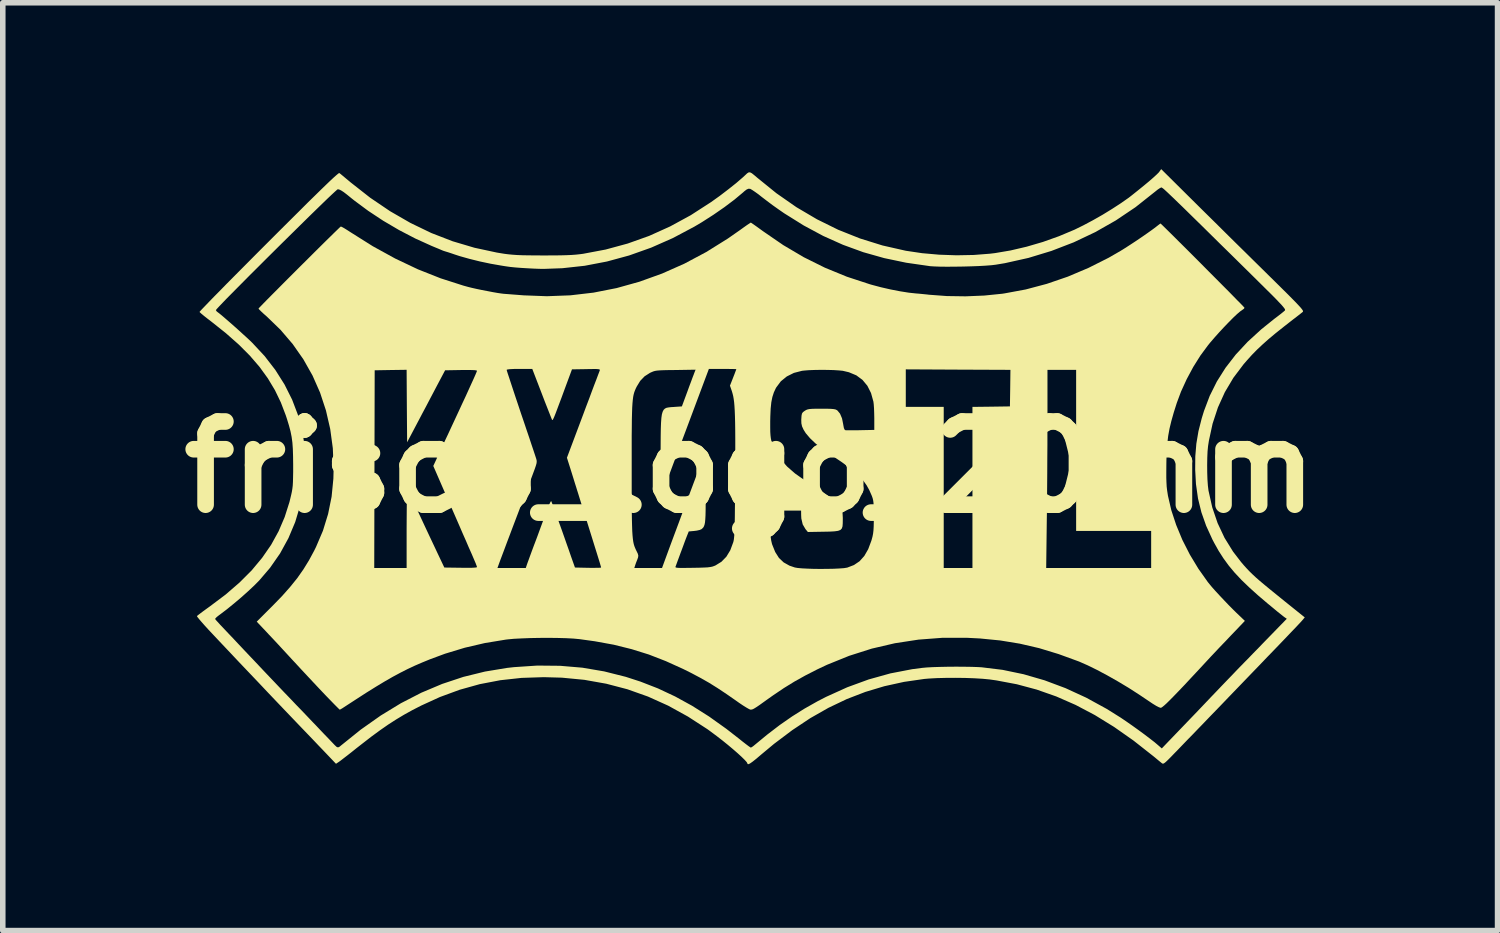
<source format=kicad_pcb>
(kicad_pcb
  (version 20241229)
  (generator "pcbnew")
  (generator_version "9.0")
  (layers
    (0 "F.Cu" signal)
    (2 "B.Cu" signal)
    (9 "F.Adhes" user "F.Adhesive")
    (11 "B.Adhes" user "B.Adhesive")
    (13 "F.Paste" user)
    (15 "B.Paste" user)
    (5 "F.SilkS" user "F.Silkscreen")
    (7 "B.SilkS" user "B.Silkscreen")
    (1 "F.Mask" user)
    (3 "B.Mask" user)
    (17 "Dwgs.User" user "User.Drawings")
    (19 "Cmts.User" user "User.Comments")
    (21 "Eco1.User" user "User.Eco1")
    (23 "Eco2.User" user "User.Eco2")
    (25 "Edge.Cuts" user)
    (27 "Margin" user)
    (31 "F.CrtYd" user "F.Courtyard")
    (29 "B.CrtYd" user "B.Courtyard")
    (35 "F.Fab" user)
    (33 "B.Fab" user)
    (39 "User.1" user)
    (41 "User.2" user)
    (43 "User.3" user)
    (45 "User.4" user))
  (footprint "frisco_logo_20mm"
    (layer "F.Cu")
    (at 10.479 5.373)
    (property "Reference" "frisco_logo_20mm" (at 0 0 0) (layer "F.SilkS") (effects (font (size 1.5 1.5) (thickness 0.3))))
    (attr board_only exclude_from_pos_files exclude_from_bom)
    (fp_poly (pts (xy 7.911 -4.878) (xy 8.016 -4.774) (xy 8.14 -4.651) (xy 8.281 -4.512) (xy 8.433 -4.362) (xy 8.593 -4.203) (xy 8.757 -4.041) (xy 8.921 -3.88) (xy 9.081 -3.722) (xy 9.202 -3.603) (xy 9.359 -3.448) (xy 9.493 -3.316) (xy 9.607 -3.203) (xy 9.702 -3.109) (xy 9.779 -3.031) (xy 9.841 -2.968) (xy 9.888 -2.918) (xy 9.923 -2.88) (xy 9.947 -2.851) (xy 9.962 -2.83) (xy 9.969 -2.816) (xy 9.969 -2.806) (xy 9.966 -2.799) (xy 9.959 -2.793) (xy 9.93 -2.77) (xy 9.883 -2.733) (xy 9.825 -2.688) (xy 9.793 -2.664) (xy 9.623 -2.531) (xy 9.476 -2.414) (xy 9.349 -2.308) (xy 9.239 -2.21) (xy 9.14 -2.117) (xy 9.049 -2.024) (xy 8.963 -1.929) (xy 8.898 -1.854) (xy 8.714 -1.61) (xy 8.56 -1.351) (xy 8.435 -1.075) (xy 8.339 -0.783) (xy 8.272 -0.474) (xy 8.257 -0.377) (xy 8.248 -0.283) (xy 8.243 -0.167) (xy 8.241 -0.038) (xy 8.242 0.095) (xy 8.246 0.222) (xy 8.254 0.335) (xy 8.265 0.425) (xy 8.266 0.429) (xy 8.333 0.728) (xy 8.429 1.01) (xy 8.554 1.276) (xy 8.708 1.525) (xy 8.852 1.712) (xy 8.902 1.771) (xy 8.951 1.825) (xy 9.001 1.878) (xy 9.055 1.931) (xy 9.116 1.988) (xy 9.188 2.051) (xy 9.274 2.123) (xy 9.376 2.207) (xy 9.498 2.306) (xy 9.642 2.423) (xy 9.656 2.434) (xy 10.001 2.711) (xy 9.958 2.762) (xy 9.936 2.787) (xy 9.894 2.832) (xy 9.835 2.895) (xy 9.762 2.971) (xy 9.679 3.058) (xy 9.589 3.152) (xy 9.545 3.198) (xy 9.44 3.307) (xy 9.318 3.433) (xy 9.186 3.571) (xy 9.049 3.713) (xy 8.915 3.852) (xy 8.788 3.984) (xy 8.733 4.041) (xy 8.623 4.155) (xy 8.511 4.272) (xy 8.401 4.386) (xy 8.297 4.493) (xy 8.205 4.589) (xy 8.128 4.669) (xy 8.081 4.717) (xy 7.992 4.81) (xy 7.89 4.914) (xy 7.787 5.021) (xy 7.693 5.119) (xy 7.662 5.15) (xy 7.588 5.227) (xy 7.533 5.282) (xy 7.494 5.319) (xy 7.467 5.34) (xy 7.448 5.349) (xy 7.434 5.347) (xy 7.422 5.339) (xy 7.395 5.317) (xy 7.35 5.28) (xy 7.295 5.234) (xy 7.264 5.209) (xy 6.912 4.932) (xy 6.563 4.687) (xy 6.216 4.473) (xy 5.869 4.29) (xy 5.52 4.137) (xy 5.167 4.013) (xy 4.809 3.917) (xy 4.443 3.848) (xy 4.317 3.83) (xy 4.191 3.818) (xy 4.041 3.809) (xy 3.875 3.803) (xy 3.701 3.801) (xy 3.529 3.802) (xy 3.366 3.806) (xy 3.222 3.814) (xy 3.14 3.821) (xy 2.774 3.874) (xy 2.42 3.952) (xy 2.077 4.055) (xy 1.742 4.184) (xy 1.411 4.342) (xy 1.084 4.528) (xy 0.758 4.745) (xy 0.43 4.992) (xy 0.197 5.186) (xy 0.109 5.261) (xy 0.042 5.314) (xy -0.004 5.346) (xy -0.034 5.359) (xy -0.048 5.355) (xy -0.05 5.345) (xy -0.063 5.321) (xy -0.099 5.281) (xy -0.155 5.226) (xy -0.226 5.161) (xy -0.311 5.087) (xy -0.404 5.009) (xy -0.503 4.929) (xy -0.604 4.851) (xy -0.703 4.777) (xy -0.77 4.728) (xy -1.122 4.5) (xy -1.479 4.303) (xy -1.843 4.139) (xy -2.215 4.007) (xy -2.597 3.907) (xy -2.991 3.837) (xy -3.396 3.798) (xy -3.724 3.789) (xy -4.123 3.802) (xy -4.506 3.844) (xy -4.877 3.915) (xy -5.239 4.016) (xy -5.595 4.147) (xy -5.93 4.3) (xy -6.092 4.383) (xy -6.242 4.466) (xy -6.385 4.552) (xy -6.528 4.644) (xy -6.676 4.747) (xy -6.834 4.863) (xy -7.008 4.998) (xy -7.099 5.069) (xy -7.184 5.137) (xy -7.263 5.199) (xy -7.332 5.252) (xy -7.385 5.293) (xy -7.418 5.317) (xy -7.423 5.32) (xy -7.47 5.351) (xy -7.644 5.168) (xy -7.705 5.104) (xy -7.784 5.022) (xy -7.874 4.927) (xy -7.971 4.826) (xy -8.07 4.723) (xy -8.139 4.651) (xy -8.25 4.535) (xy -8.381 4.398) (xy -8.528 4.244) (xy -8.688 4.076) (xy -8.857 3.897) (xy -9.033 3.712) (xy -9.212 3.524) (xy -9.39 3.335) (xy -9.564 3.151) (xy -9.69 3.017) (xy -9.77 2.932) (xy -9.841 2.854) (xy -9.899 2.788) (xy -9.94 2.74) (xy -9.649 2.74) (xy -9.636 2.758) (xy -9.605 2.792) (xy -9.564 2.837) (xy -9.56 2.842) (xy -9.529 2.874) (xy -9.479 2.927) (xy -9.412 2.998) (xy -9.331 3.083) (xy -9.24 3.18) (xy -9.141 3.285) (xy -9.038 3.394) (xy -9.018 3.415) (xy -8.907 3.532) (xy -8.795 3.651) (xy -8.684 3.768) (xy -8.58 3.877) (xy -8.487 3.975) (xy -8.409 4.057) (xy -8.351 4.117) (xy -8.277 4.194) (xy -8.187 4.289) (xy -8.086 4.393) (xy -7.983 4.501) (xy -7.883 4.606) (xy -7.84 4.65) (xy -7.757 4.738) (xy -7.679 4.82) (xy -7.609 4.892) (xy -7.553 4.951) (xy -7.513 4.993) (xy -7.494 5.013) (xy -7.459 5.046) (xy -7.433 5.056) (xy -7.405 5.043) (xy -7.38 5.022) (xy -7.023 4.735) (xy -6.663 4.481) (xy -6.299 4.259) (xy -5.93 4.069) (xy -5.555 3.911) (xy -5.173 3.784) (xy -4.783 3.688) (xy -4.384 3.622) (xy -4.258 3.608) (xy -3.838 3.58) (xy -3.428 3.584) (xy -3.027 3.618) (xy -2.633 3.685) (xy -2.244 3.783) (xy -1.979 3.869) (xy -1.663 3.992) (xy -1.354 4.137) (xy -1.048 4.305) (xy -0.741 4.499) (xy -0.43 4.721) (xy -0.205 4.896) (xy -0.135 4.952) (xy -0.073 5) (xy -0.025 5.036) (xy 0.005 5.056) (xy 0.012 5.059) (xy 0.032 5.049) (xy 0.065 5.025) (xy 0.068 5.022) (xy 0.307 4.825) (xy 0.533 4.652) (xy 0.756 4.497) (xy 0.98 4.356) (xy 1.214 4.224) (xy 1.369 4.144) (xy 1.751 3.971) (xy 2.137 3.83) (xy 2.528 3.721) (xy 2.922 3.645) (xy 3.098 3.622) (xy 3.184 3.614) (xy 3.297 3.608) (xy 3.428 3.604) (xy 3.571 3.601) (xy 3.717 3.6) (xy 3.86 3.601) (xy 3.993 3.603) (xy 4.108 3.607) (xy 4.175 3.611) (xy 4.551 3.657) (xy 4.93 3.736) (xy 5.309 3.846) (xy 5.686 3.987) (xy 6.06 4.159) (xy 6.429 4.361) (xy 6.68 4.518) (xy 6.779 4.585) (xy 6.888 4.661) (xy 7.001 4.742) (xy 7.11 4.822) (xy 7.21 4.898) (xy 7.295 4.964) (xy 7.356 5.016) (xy 7.423 5.074) (xy 7.529 4.963) (xy 7.586 4.904) (xy 7.656 4.831) (xy 7.729 4.755) (xy 7.781 4.701) (xy 7.83 4.65) (xy 7.897 4.58) (xy 7.979 4.495) (xy 8.071 4.399) (xy 8.169 4.296) (xy 8.268 4.192) (xy 8.3 4.158) (xy 8.401 4.053) (xy 8.503 3.946) (xy 8.602 3.843) (xy 8.693 3.749) (xy 8.771 3.667) (xy 8.832 3.604) (xy 8.846 3.59) (xy 8.918 3.516) (xy 8.993 3.44) (xy 9.061 3.369) (xy 9.116 3.313) (xy 9.122 3.307) (xy 9.169 3.259) (xy 9.232 3.193) (xy 9.307 3.116) (xy 9.387 3.034) (xy 9.452 2.967) (xy 9.677 2.736) (xy 9.636 2.708) (xy 9.611 2.689) (xy 9.565 2.652) (xy 9.502 2.602) (xy 9.429 2.541) (xy 9.349 2.475) (xy 9.347 2.474) (xy 9.16 2.315) (xy 8.999 2.17) (xy 8.859 2.035) (xy 8.737 1.905) (xy 8.631 1.778) (xy 8.536 1.648) (xy 8.449 1.513) (xy 8.368 1.368) (xy 8.336 1.307) (xy 8.223 1.06) (xy 8.137 0.816) (xy 8.076 0.568) (xy 8.039 0.307) (xy 8.025 0.05) (xy 8.027 -0.193) (xy 8.046 -0.422) (xy 8.084 -0.647) (xy 8.143 -0.879) (xy 8.184 -1.012) (xy 8.287 -1.284) (xy 8.416 -1.543) (xy 8.572 -1.79) (xy 8.757 -2.029) (xy 8.972 -2.26) (xy 9.217 -2.484) (xy 9.452 -2.673) (xy 9.517 -2.722) (xy 9.575 -2.767) (xy 9.618 -2.802) (xy 9.64 -2.821) (xy 9.645 -2.827) (xy 9.646 -2.836) (xy 9.642 -2.849) (xy 9.63 -2.867) (xy 9.61 -2.892) (xy 9.58 -2.927) (xy 9.537 -2.972) (xy 9.482 -3.03) (xy 9.411 -3.102) (xy 9.323 -3.189) (xy 9.217 -3.294) (xy 9.091 -3.419) (xy 8.944 -3.564) (xy 8.872 -3.635) (xy 8.657 -3.847) (xy 8.464 -4.036) (xy 8.293 -4.205) (xy 8.142 -4.354) (xy 8.009 -4.484) (xy 7.894 -4.597) (xy 7.795 -4.694) (xy 7.711 -4.775) (xy 7.64 -4.844) (xy 7.582 -4.899) (xy 7.535 -4.944) (xy 7.498 -4.978) (xy 7.47 -5.004) (xy 7.449 -5.022) (xy 7.433 -5.033) (xy 7.423 -5.04) (xy 7.417 -5.042) (xy 7.415 -5.043) (xy 7.391 -5.032) (xy 7.35 -5.005) (xy 7.3 -4.965) (xy 7.281 -4.95) (xy 6.948 -4.686) (xy 6.594 -4.448) (xy 6.223 -4.237) (xy 5.835 -4.053) (xy 5.433 -3.898) (xy 5.019 -3.772) (xy 4.594 -3.677) (xy 4.425 -3.649) (xy 4.349 -3.64) (xy 4.245 -3.632) (xy 4.121 -3.625) (xy 3.984 -3.62) (xy 3.839 -3.616) (xy 3.694 -3.614) (xy 3.556 -3.613) (xy 3.429 -3.614) (xy 3.322 -3.618) (xy 3.241 -3.623) (xy 3.231 -3.625) (xy 2.814 -3.685) (xy 2.418 -3.768) (xy 2.039 -3.875) (xy 1.674 -4.008) (xy 1.317 -4.168) (xy 0.965 -4.357) (xy 0.614 -4.576) (xy 0.601 -4.585) (xy 0.507 -4.65) (xy 0.403 -4.724) (xy 0.303 -4.799) (xy 0.218 -4.864) (xy 0.215 -4.866) (xy 0.147 -4.92) (xy 0.084 -4.965) (xy 0.033 -4.999) (xy 0.001 -5.017) (xy -0.003 -5.018) (xy -0.032 -5.019) (xy -0.065 -5.005) (xy -0.109 -4.971) (xy -0.126 -4.955) (xy -0.284 -4.823) (xy -0.466 -4.686) (xy -0.664 -4.549) (xy -0.87 -4.417) (xy -1.008 -4.335) (xy -1.394 -4.13) (xy -1.786 -3.957) (xy -2.183 -3.816) (xy -2.583 -3.707) (xy -2.985 -3.63) (xy -3.388 -3.586) (xy -3.717 -3.574) (xy -3.804 -3.575) (xy -3.908 -3.579) (xy -4.021 -3.585) (xy -4.134 -3.592) (xy -4.238 -3.6) (xy -4.326 -3.609) (xy -4.384 -3.617) (xy -4.437 -3.625) (xy -4.492 -3.634) (xy -4.681 -3.667) (xy -4.875 -3.708) (xy -5.064 -3.755) (xy -5.238 -3.804) (xy -5.327 -3.833) (xy -5.391 -3.855) (xy -5.446 -3.873) (xy -5.482 -3.884) (xy -5.486 -3.885) (xy -5.53 -3.899) (xy -5.553 -3.908) (xy -5.581 -3.92) (xy -5.633 -3.942) (xy -5.699 -3.969) (xy -5.751 -3.991) (xy -6.04 -4.122) (xy -6.332 -4.274) (xy -6.618 -4.442) (xy -6.889 -4.621) (xy -7.137 -4.805) (xy -7.19 -4.847) (xy -7.271 -4.913) (xy -7.331 -4.959) (xy -7.376 -4.988) (xy -7.409 -5.004) (xy -7.435 -5.01) (xy -7.438 -5.01) (xy -7.454 -4.998) (xy -7.491 -4.965) (xy -7.548 -4.912) (xy -7.622 -4.842) (xy -7.711 -4.756) (xy -7.814 -4.656) (xy -7.928 -4.545) (xy -8.051 -4.424) (xy -8.182 -4.295) (xy -8.318 -4.161) (xy -8.457 -4.024) (xy -8.597 -3.885) (xy -8.737 -3.746) (xy -8.873 -3.61) (xy -9.005 -3.479) (xy -9.129 -3.354) (xy -9.245 -3.237) (xy -9.349 -3.132) (xy -9.441 -3.039) (xy -9.517 -2.96) (xy -9.576 -2.898) (xy -9.616 -2.855) (xy -9.634 -2.833) (xy -9.636 -2.83) (xy -9.623 -2.809) (xy -9.606 -2.795) (xy -9.578 -2.774) (xy -9.529 -2.734) (xy -9.465 -2.679) (xy -9.39 -2.614) (xy -9.308 -2.542) (xy -9.224 -2.467) (xy -9.143 -2.393) (xy -9.068 -2.325) (xy -9.005 -2.266) (xy -8.979 -2.24) (xy -8.758 -2.003) (xy -8.564 -1.752) (xy -8.398 -1.489) (xy -8.261 -1.216) (xy -8.154 -0.935) (xy -8.077 -0.647) (xy -8.032 -0.356) (xy -8.019 -0.062) (xy -8.021 0.033) (xy -8.053 0.367) (xy -8.114 0.687) (xy -8.205 0.991) (xy -8.327 1.281) (xy -8.478 1.557) (xy -8.659 1.817) (xy -8.853 2.044) (xy -8.943 2.135) (xy -9.053 2.238) (xy -9.176 2.348) (xy -9.306 2.458) (xy -9.435 2.563) (xy -9.556 2.655) (xy -9.582 2.674) (xy -9.621 2.705) (xy -9.645 2.73) (xy -9.649 2.74) (xy -9.94 2.74) (xy -9.944 2.735) (xy -9.971 2.701) (xy -9.977 2.687) (xy -9.961 2.673) (xy -9.922 2.643) (xy -9.865 2.6) (xy -9.796 2.55) (xy -9.742 2.511) (xy -9.46 2.299) (xy -9.21 2.083) (xy -8.991 1.864) (xy -8.802 1.637) (xy -8.64 1.403) (xy -8.505 1.158) (xy -8.395 0.901) (xy -8.309 0.631) (xy -8.279 0.507) (xy -8.266 0.448) (xy -8.257 0.394) (xy -8.25 0.337) (xy -8.246 0.27) (xy -8.244 0.189) (xy -8.242 0.087) (xy -8.242 -0.042) (xy -8.244 -0.198) (xy -8.248 -0.329) (xy -8.256 -0.442) (xy -8.27 -0.545) (xy -8.29 -0.645) (xy -8.318 -0.75) (xy -8.354 -0.868) (xy -8.375 -0.932) (xy -8.464 -1.165) (xy -8.571 -1.387) (xy -8.699 -1.6) (xy -8.849 -1.807) (xy -9.024 -2.01) (xy -9.226 -2.212) (xy -9.456 -2.415) (xy -9.716 -2.622) (xy -9.788 -2.677) (xy -9.85 -2.726) (xy -9.897 -2.765) (xy -9.925 -2.791) (xy -9.931 -2.797) (xy -9.92 -2.811) (xy -9.887 -2.847) (xy -9.833 -2.903) (xy -9.761 -2.978) (xy -9.671 -3.071) (xy -9.564 -3.179) (xy -9.444 -3.302) (xy -9.31 -3.437) (xy -9.165 -3.583) (xy -9.01 -3.739) (xy -8.847 -3.903) (xy -8.684 -4.066) (xy -8.474 -4.276) (xy -8.286 -4.463) (xy -8.12 -4.628) (xy -7.975 -4.773) (xy -7.848 -4.897) (xy -7.74 -5.003) (xy -7.649 -5.091) (xy -7.575 -5.162) (xy -7.515 -5.218) (xy -7.47 -5.258) (xy -7.438 -5.285) (xy -7.418 -5.3) (xy -7.409 -5.302) (xy -7.388 -5.286) (xy -7.347 -5.252) (xy -7.292 -5.206) (xy -7.227 -5.152) (xy -7.207 -5.135) (xy -6.854 -4.858) (xy -6.494 -4.614) (xy -6.126 -4.402) (xy -5.751 -4.221) (xy -5.366 -4.072) (xy -4.972 -3.955) (xy -4.568 -3.868) (xy -4.434 -3.846) (xy -4.363 -3.837) (xy -4.289 -3.83) (xy -4.206 -3.824) (xy -4.109 -3.82) (xy -3.992 -3.818) (xy -3.852 -3.817) (xy -3.724 -3.816) (xy -3.561 -3.817) (xy -3.427 -3.818) (xy -3.315 -3.821) (xy -3.222 -3.825) (xy -3.141 -3.831) (xy -3.068 -3.839) (xy -3.014 -3.846) (xy -2.606 -3.923) (xy -2.209 -4.031) (xy -1.822 -4.169) (xy -1.443 -4.34) (xy -1.072 -4.542) (xy -0.708 -4.777) (xy -0.551 -4.889) (xy -0.39 -5.012) (xy -0.253 -5.121) (xy -0.138 -5.22) (xy -0.089 -5.265) (xy -0.055 -5.297) (xy -0.028 -5.314) (xy -0.003 -5.315) (xy 0.029 -5.299) (xy 0.073 -5.264) (xy 0.126 -5.219) (xy 0.473 -4.938) (xy 0.833 -4.687) (xy 1.205 -4.468) (xy 1.588 -4.279) (xy 1.982 -4.122) (xy 2.387 -3.996) (xy 2.801 -3.902) (xy 2.812 -3.9) (xy 3.101 -3.857) (xy 3.408 -3.83) (xy 3.721 -3.819) (xy 4.032 -3.825) (xy 4.327 -3.848) (xy 4.417 -3.859) (xy 4.694 -3.906) (xy 4.985 -3.974) (xy 5.279 -4.06) (xy 5.568 -4.163) (xy 5.842 -4.278) (xy 5.845 -4.279) (xy 6.006 -4.358) (xy 6.179 -4.45) (xy 6.355 -4.55) (xy 6.526 -4.655) (xy 6.686 -4.759) (xy 6.826 -4.857) (xy 6.88 -4.899) (xy 6.994 -4.99) (xy 7.1 -5.076) (xy 7.194 -5.154) (xy 7.272 -5.222) (xy 7.331 -5.276) (xy 7.369 -5.314) (xy 7.376 -5.323) (xy 7.412 -5.373)) (stroke (width 0) (type solid)) (fill yes) (layer "F.SilkS"))
    (fp_poly (pts (xy 0.027 -4.399) (xy 0.065 -4.373) (xy 0.12 -4.334) (xy 0.188 -4.285) (xy 0.232 -4.253) (xy 0.596 -4.003) (xy 0.967 -3.784) (xy 1.348 -3.595) (xy 1.743 -3.433) (xy 2.154 -3.298) (xy 2.188 -3.288) (xy 2.357 -3.243) (xy 2.532 -3.203) (xy 2.702 -3.17) (xy 2.859 -3.145) (xy 2.989 -3.131) (xy 3.041 -3.127) (xy 3.112 -3.12) (xy 3.192 -3.112) (xy 3.223 -3.108) (xy 3.546 -3.084) (xy 3.884 -3.079) (xy 4.222 -3.093) (xy 4.548 -3.126) (xy 4.592 -3.133) (xy 4.969 -3.203) (xy 5.349 -3.304) (xy 5.728 -3.434) (xy 6.101 -3.592) (xy 6.465 -3.775) (xy 6.68 -3.899) (xy 6.762 -3.95) (xy 6.858 -4.012) (xy 6.96 -4.079) (xy 7.062 -4.148) (xy 7.157 -4.214) (xy 7.24 -4.273) (xy 7.304 -4.32) (xy 7.324 -4.336) (xy 7.364 -4.367) (xy 7.392 -4.388) (xy 7.4 -4.392) (xy 7.413 -4.381) (xy 7.447 -4.348) (xy 7.5 -4.296) (xy 7.569 -4.228) (xy 7.652 -4.146) (xy 7.746 -4.052) (xy 7.85 -3.949) (xy 7.96 -3.839) (xy 8.074 -3.725) (xy 8.189 -3.609) (xy 8.304 -3.493) (xy 8.416 -3.381) (xy 8.523 -3.273) (xy 8.622 -3.174) (xy 8.71 -3.084) (xy 8.785 -3.007) (xy 8.846 -2.946) (xy 8.889 -2.901) (xy 8.911 -2.877) (xy 8.914 -2.873) (xy 8.905 -2.856) (xy 8.875 -2.834) (xy 8.873 -2.833) (xy 8.835 -2.806) (xy 8.779 -2.758) (xy 8.71 -2.693) (xy 8.631 -2.613) (xy 8.546 -2.525) (xy 8.459 -2.431) (xy 8.374 -2.336) (xy 8.294 -2.243) (xy 8.256 -2.196) (xy 8.12 -2.012) (xy 7.99 -1.805) (xy 7.872 -1.585) (xy 7.769 -1.36) (xy 7.693 -1.156) (xy 7.638 -0.982) (xy 7.595 -0.83) (xy 7.562 -0.693) (xy 7.538 -0.561) (xy 7.522 -0.426) (xy 7.511 -0.28) (xy 7.506 -0.115) (xy 7.505 -0.042) (xy 7.504 0.09) (xy 7.504 0.194) (xy 7.507 0.28) (xy 7.511 0.354) (xy 7.519 0.422) (xy 7.53 0.492) (xy 7.534 0.518) (xy 7.594 0.777) (xy 7.682 1.044) (xy 7.794 1.314) (xy 7.929 1.579) (xy 8.083 1.834) (xy 8.253 2.074) (xy 8.283 2.111) (xy 8.326 2.163) (xy 8.388 2.233) (xy 8.462 2.313) (xy 8.543 2.399) (xy 8.624 2.484) (xy 8.7 2.561) (xy 8.765 2.625) (xy 8.767 2.627) (xy 8.921 2.774) (xy 8.799 2.902) (xy 8.736 2.968) (xy 8.66 3.047) (xy 8.583 3.129) (xy 8.524 3.19) (xy 8.453 3.264) (xy 8.377 3.345) (xy 8.305 3.421) (xy 8.256 3.474) (xy 8.093 3.65) (xy 7.951 3.802) (xy 7.829 3.933) (xy 7.724 4.043) (xy 7.637 4.133) (xy 7.566 4.205) (xy 7.509 4.261) (xy 7.466 4.3) (xy 7.434 4.326) (xy 7.412 4.34) (xy 7.403 4.342) (xy 7.372 4.332) (xy 7.321 4.306) (xy 7.256 4.266) (xy 7.201 4.229) (xy 7.018 4.106) (xy 6.827 3.983) (xy 6.632 3.866) (xy 6.44 3.757) (xy 6.256 3.659) (xy 6.085 3.575) (xy 5.935 3.509) (xy 5.925 3.505) (xy 5.563 3.373) (xy 5.212 3.266) (xy 4.863 3.185) (xy 4.509 3.127) (xy 4.143 3.091) (xy 3.908 3.079) (xy 3.468 3.079) (xy 3.035 3.112) (xy 2.61 3.177) (xy 2.193 3.274) (xy 1.785 3.404) (xy 1.385 3.566) (xy 1.211 3.648) (xy 0.994 3.759) (xy 0.797 3.869) (xy 0.607 3.986) (xy 0.413 4.117) (xy 0.335 4.172) (xy 0.24 4.24) (xy 0.169 4.291) (xy 0.116 4.327) (xy 0.079 4.35) (xy 0.052 4.365) (xy 0.032 4.372) (xy 0.015 4.374) (xy 0.007 4.375) (xy -0.018 4.366) (xy -0.064 4.34) (xy -0.127 4.301) (xy -0.2 4.252) (xy -0.252 4.215) (xy -0.429 4.092) (xy -0.59 3.985) (xy -0.744 3.889) (xy -0.901 3.8) (xy -1.069 3.711) (xy -1.212 3.64) (xy -1.521 3.5) (xy -1.827 3.381) (xy -2.138 3.284) (xy -2.46 3.204) (xy -2.8 3.142) (xy -3.081 3.103) (xy -3.188 3.093) (xy -3.32 3.086) (xy -3.471 3.082) (xy -3.634 3.08) (xy -3.802 3.081) (xy -3.967 3.084) (xy -4.123 3.09) (xy -4.261 3.097) (xy -4.376 3.108) (xy -4.409 3.112) (xy -4.786 3.174) (xy -5.147 3.258) (xy -5.503 3.366) (xy -5.778 3.468) (xy -5.917 3.525) (xy -6.049 3.582) (xy -6.179 3.643) (xy -6.309 3.709) (xy -6.445 3.782) (xy -6.588 3.864) (xy -6.744 3.958) (xy -6.916 4.065) (xy -7.108 4.189) (xy -7.308 4.319) (xy -7.354 4.349) (xy -7.388 4.369) (xy -7.402 4.375) (xy -7.415 4.364) (xy -7.448 4.331) (xy -7.498 4.281) (xy -7.56 4.217) (xy -7.632 4.143) (xy -7.677 4.096) (xy -7.769 3.999) (xy -7.876 3.885) (xy -7.99 3.763) (xy -8.103 3.642) (xy -8.208 3.528) (xy -8.243 3.491) (xy -8.335 3.391) (xy -8.432 3.286) (xy -8.526 3.184) (xy -8.613 3.091) (xy -8.687 3.013) (xy -8.72 2.977) (xy -8.899 2.788) (xy -8.611 2.5) (xy -8.441 2.325) (xy -8.296 2.161) (xy -8.169 2.004) (xy -8.058 1.846) (xy -8.042 1.82) (xy -6.78 1.82) (xy -6.488 1.82) (xy -6.196 1.82) (xy -4.558 1.82) (xy -4.303 1.82) (xy -4.047 1.82) (xy -4.029 1.766) (xy -4.018 1.734) (xy -3.997 1.677) (xy -3.969 1.6) (xy -3.935 1.507) (xy -3.897 1.405) (xy -3.883 1.369) (xy -3.839 1.252) (xy -3.794 1.129) (xy -3.75 1.009) (xy -3.71 0.902) (xy -3.679 0.817) (xy -3.678 0.814) (xy -3.649 0.737) (xy -3.624 0.675) (xy -3.603 0.632) (xy -3.591 0.613) (xy -3.589 0.614) (xy -3.581 0.632) (xy -3.563 0.678) (xy -3.537 0.746) (xy -3.506 0.833) (xy -3.47 0.934) (xy -3.44 1.019) (xy -3.396 1.141) (xy -3.352 1.266) (xy -3.31 1.386) (xy -3.272 1.493) (xy -3.242 1.58) (xy -3.231 1.612) (xy -3.16 1.812) (xy -2.924 1.817) (xy -2.84 1.818) (xy -2.769 1.817) (xy -2.717 1.816) (xy -2.691 1.813) (xy -2.689 1.812) (xy -2.691 1.8) (xy -2.7 1.77) (xy -2.714 1.721) (xy -2.736 1.65) (xy -2.765 1.556) (xy -2.802 1.438) (xy -2.847 1.293) (xy -2.901 1.12) (xy -2.964 0.918) (xy -3.003 0.794) (xy -3.041 0.675) (xy -3.075 0.566) (xy -3.104 0.472) (xy -3.127 0.4) (xy -3.141 0.353) (xy -3.142 0.351) (xy -3.161 0.291) (xy -3.186 0.21) (xy -3.214 0.12) (xy -3.24 0.037) (xy -3.304 -0.165) (xy -2.137 -0.165) (xy -2.137 0.039) (xy -2.137 0.279) (xy -2.137 0.487) (xy -2.136 0.668) (xy -2.135 0.823) (xy -2.133 0.954) (xy -2.13 1.064) (xy -2.127 1.156) (xy -2.122 1.231) (xy -2.116 1.294) (xy -2.109 1.345) (xy -2.1 1.388) (xy -2.089 1.425) (xy -2.076 1.458) (xy -2.062 1.49) (xy -2.049 1.516) (xy -2.026 1.564) (xy -2.018 1.597) (xy -2.022 1.629) (xy -2.037 1.671) (xy -2.058 1.724) (xy -2.074 1.77) (xy -2.078 1.783) (xy -2.09 1.82) (xy -1.84 1.82) (xy -1.59 1.82) (xy -1.469 1.49) (xy -1.437 1.403) (xy -1.395 1.29) (xy -1.345 1.156) (xy -1.289 1.006) (xy -1.23 0.846) (xy -1.168 0.681) (xy -1.106 0.517) (xy -1.075 0.434) (xy -0.803 -0.292) (xy -0.802 0.356) (xy -0.802 0.527) (xy -0.803 0.669) (xy -0.804 0.783) (xy -0.806 0.874) (xy -0.81 0.944) (xy -0.815 0.998) (xy -0.823 1.037) (xy -0.833 1.066) (xy -0.845 1.088) (xy -0.861 1.105) (xy -0.878 1.12) (xy -0.91 1.134) (xy -0.962 1.146) (xy -1.008 1.152) (xy -1.108 1.161) (xy -1.138 1.236) (xy -1.155 1.279) (xy -1.18 1.345) (xy -1.21 1.427) (xy -1.243 1.516) (xy -1.253 1.542) (xy -1.284 1.626) (xy -1.311 1.699) (xy -1.332 1.757) (xy -1.345 1.792) (xy -1.348 1.798) (xy -1.347 1.807) (xy -1.336 1.813) (xy -1.31 1.817) (xy -1.265 1.819) (xy -1.198 1.819) (xy -1.103 1.818) (xy -1.033 1.817) (xy -0.92 1.815) (xy -0.833 1.812) (xy -0.769 1.809) (xy -0.722 1.803) (xy -0.685 1.796) (xy -0.653 1.785) (xy -0.626 1.774) (xy -0.519 1.708) (xy -0.43 1.617) (xy -0.359 1.5) (xy -0.306 1.357) (xy -0.3 1.335) (xy -0.295 1.308) (xy -0.291 1.273) (xy -0.287 1.229) (xy -0.284 1.172) (xy -0.281 1.1) (xy -0.279 1.011) (xy -0.277 0.902) (xy -0.276 0.785) (xy 0.346 0.785) (xy 0.355 1.04) (xy 0.36 1.159) (xy 0.368 1.252) (xy 0.379 1.326) (xy 0.393 1.386) (xy 0.397 1.398) (xy 0.451 1.532) (xy 0.518 1.638) (xy 0.603 1.719) (xy 0.708 1.778) (xy 0.805 1.811) (xy 0.858 1.82) (xy 0.937 1.827) (xy 1.037 1.832) (xy 1.15 1.836) (xy 1.27 1.837) (xy 1.391 1.836) (xy 1.506 1.834) (xy 1.607 1.829) (xy 1.69 1.823) (xy 1.746 1.814) (xy 1.751 1.813) (xy 1.871 1.767) (xy 1.973 1.698) (xy 2.058 1.603) (xy 2.128 1.481) (xy 2.185 1.329) (xy 2.191 1.308) (xy 2.206 1.253) (xy 2.216 1.201) (xy 2.223 1.143) (xy 2.227 1.073) (xy 2.229 0.983) (xy 2.229 0.893) (xy 2.229 0.787) (xy 2.227 0.708) (xy 2.224 0.648) (xy 2.218 0.603) (xy 2.209 0.564) (xy 2.196 0.526) (xy 2.189 0.509) (xy 2.147 0.414) (xy 2.099 0.328) (xy 2.041 0.247) (xy 1.97 0.167) (xy 1.883 0.087) (xy 1.777 0.002) (xy 1.649 -0.091) (xy 1.494 -0.195) (xy 1.456 -0.22) (xy 1.309 -0.321) (xy 1.182 -0.422) (xy 1.079 -0.52) (xy 1.002 -0.611) (xy 0.963 -0.673) (xy 0.935 -0.734) (xy 0.923 -0.788) (xy 0.921 -0.853) (xy 0.922 -0.87) (xy 0.926 -0.929) (xy 0.934 -0.965) (xy 0.951 -0.99) (xy 0.982 -1.013) (xy 0.984 -1.014) (xy 1.008 -1.029) (xy 1.034 -1.039) (xy 1.067 -1.046) (xy 1.114 -1.05) (xy 1.182 -1.052) (xy 1.276 -1.052) (xy 1.286 -1.052) (xy 1.383 -1.052) (xy 1.453 -1.05) (xy 1.502 -1.046) (xy 1.535 -1.04) (xy 1.558 -1.03) (xy 1.574 -1.019) (xy 1.62 -0.963) (xy 1.656 -0.878) (xy 1.678 -0.768) (xy 1.678 -0.765) (xy 1.69 -0.702) (xy 1.706 -0.67) (xy 1.716 -0.665) (xy 1.741 -0.663) (xy 1.793 -0.663) (xy 1.865 -0.663) (xy 1.95 -0.664) (xy 1.99 -0.665) (xy 2.238 -0.67) (xy 2.238 -0.884) (xy 2.236 -0.974) (xy 2.233 -1.06) (xy 2.228 -1.132) (xy 2.222 -1.18) (xy 2.179 -1.335) (xy 2.113 -1.466) (xy 2.025 -1.572) (xy 1.914 -1.654) (xy 1.78 -1.71) (xy 1.67 -1.736) (xy 1.599 -1.743) (xy 1.504 -1.749) (xy 1.393 -1.752) (xy 1.276 -1.753) (xy 1.16 -1.751) (xy 1.055 -1.747) (xy 0.97 -1.74) (xy 0.935 -1.736) (xy 0.788 -1.698) (xy 0.66 -1.634) (xy 0.553 -1.547) (xy 0.47 -1.436) (xy 0.462 -1.422) (xy 0.427 -1.347) (xy 0.4 -1.264) (xy 0.381 -1.169) (xy 0.369 -1.054) (xy 0.363 -0.916) (xy 0.361 -0.827) (xy 0.361 -0.718) (xy 0.362 -0.636) (xy 0.366 -0.573) (xy 0.372 -0.522) (xy 0.381 -0.476) (xy 0.395 -0.428) (xy 0.397 -0.423) (xy 0.457 -0.282) (xy 0.548 -0.143) (xy 0.666 -0.009) (xy 0.808 0.115) (xy 0.924 0.197) (xy 1.058 0.284) (xy 1.168 0.356) (xy 1.257 0.415) (xy 1.328 0.463) (xy 1.384 0.503) (xy 1.43 0.538) (xy 1.469 0.569) (xy 1.505 0.6) (xy 1.516 0.61) (xy 1.582 0.673) (xy 1.627 0.726) (xy 1.653 0.778) (xy 1.666 0.838) (xy 1.67 0.916) (xy 1.67 0.941) (xy 1.669 1.014) (xy 1.665 1.069) (xy 1.652 1.108) (xy 1.627 1.134) (xy 1.585 1.15) (xy 1.522 1.159) (xy 1.434 1.164) (xy 1.323 1.166) (xy 1.04 1.171) (xy 0.997 1.119) (xy 0.947 1.034) (xy 0.922 0.927) (xy 0.919 0.864) (xy 0.918 0.785) (xy 0.632 0.785) (xy 0.346 0.785) (xy -0.276 0.785) (xy -0.276 0.77) (xy -0.274 0.613) (xy -0.273 0.428) (xy -0.272 0.214) (xy -0.271 0.15) (xy -0.27 -0.097) (xy -0.269 -0.314) (xy -0.269 -0.502) (xy -0.27 -0.664) (xy -0.272 -0.803) (xy -0.275 -0.92) (xy -0.279 -1.02) (xy -0.284 -1.103) (xy -0.29 -1.173) (xy -0.298 -1.231) (xy -0.307 -1.282) (xy -0.318 -1.326) (xy -0.33 -1.367) (xy -0.332 -1.373) (xy -0.365 -1.468) (xy -0.308 -1.613) (xy -0.283 -1.677) (xy -0.264 -1.728) (xy -0.252 -1.759) (xy -0.251 -1.762) (xy 2.806 -1.762) (xy 2.806 -1.424) (xy 2.806 -1.085) (xy 3.148 -1.085) (xy 3.49 -1.085) (xy 3.49 0.367) (xy 3.49 1.82) (xy 3.749 1.82) (xy 4.008 1.82) (xy 5.338 1.82) (xy 6.285 1.82) (xy 7.231 1.82) (xy 7.231 1.486) (xy 7.231 1.152) (xy 6.555 1.152) (xy 5.878 1.152) (xy 5.878 -0.301) (xy 5.878 -1.753) (xy 5.619 -1.753) (xy 5.361 -1.753) (xy 5.361 -0.846) (xy 5.36 -0.634) (xy 5.36 -0.399) (xy 5.358 -0.15) (xy 5.357 0.106) (xy 5.355 0.359) (xy 5.353 0.601) (xy 5.351 0.823) (xy 5.349 0.941) (xy 5.338 1.82) (xy 4.008 1.82) (xy 4.008 0.368) (xy 4.008 -1.085) (xy 4.346 -1.089) (xy 4.684 -1.094) (xy 4.689 -1.423) (xy 4.693 -1.753) (xy 3.749 -1.757) (xy 2.806 -1.762) (xy -0.251 -1.762) (xy -0.25 -1.765) (xy -0.266 -1.767) (xy -0.31 -1.768) (xy -0.375 -1.769) (xy -0.456 -1.77) (xy -0.498 -1.77) (xy -0.745 -1.77) (xy -0.981 -1.14) (xy -1.083 -0.867) (xy -1.174 -0.624) (xy -1.255 -0.409) (xy -1.325 -0.221) (xy -1.387 -0.058) (xy -1.439 0.082) (xy -1.484 0.199) (xy -1.52 0.296) (xy -1.55 0.374) (xy -1.573 0.435) (xy -1.591 0.48) (xy -1.603 0.51) (xy -1.61 0.527) (xy -1.613 0.534) (xy -1.615 0.519) (xy -1.616 0.474) (xy -1.617 0.403) (xy -1.618 0.308) (xy -1.618 0.193) (xy -1.618 0.061) (xy -1.617 -0.084) (xy -1.616 -0.201) (xy -1.615 -0.393) (xy -1.614 -0.555) (xy -1.612 -0.688) (xy -1.608 -0.797) (xy -1.602 -0.883) (xy -1.593 -0.948) (xy -1.579 -0.997) (xy -1.561 -1.032) (xy -1.537 -1.055) (xy -1.508 -1.069) (xy -1.47 -1.076) (xy -1.425 -1.081) (xy -1.372 -1.084) (xy -1.363 -1.085) (xy -1.232 -1.094) (xy -1.133 -1.361) (xy -1.099 -1.455) (xy -1.066 -1.542) (xy -1.039 -1.616) (xy -1.018 -1.67) (xy -1.01 -1.692) (xy -0.985 -1.756) (xy -1.348 -1.75) (xy -1.468 -1.749) (xy -1.559 -1.747) (xy -1.627 -1.744) (xy -1.678 -1.74) (xy -1.716 -1.734) (xy -1.747 -1.725) (xy -1.776 -1.713) (xy -1.807 -1.699) (xy -1.904 -1.637) (xy -1.983 -1.555) (xy -2.046 -1.452) (xy -2.063 -1.418) (xy -2.077 -1.385) (xy -2.09 -1.351) (xy -2.101 -1.312) (xy -2.11 -1.268) (xy -2.117 -1.214) (xy -2.123 -1.149) (xy -2.128 -1.07) (xy -2.131 -0.974) (xy -2.134 -0.86) (xy -2.135 -0.724) (xy -2.137 -0.565) (xy -2.137 -0.379) (xy -2.137 -0.165) (xy -3.304 -0.165) (xy -3.305 -0.168) (xy -3.015 -0.94) (xy -2.958 -1.093) (xy -2.903 -1.237) (xy -2.854 -1.37) (xy -2.81 -1.487) (xy -2.772 -1.585) (xy -2.743 -1.663) (xy -2.723 -1.715) (xy -2.714 -1.74) (xy -2.713 -1.741) (xy -2.711 -1.753) (xy -2.717 -1.76) (xy -2.736 -1.765) (xy -2.774 -1.768) (xy -2.833 -1.768) (xy -2.92 -1.767) (xy -2.958 -1.766) (xy -3.214 -1.762) (xy -3.344 -1.411) (xy -3.399 -1.261) (xy -3.445 -1.139) (xy -3.481 -1.043) (xy -3.509 -0.969) (xy -3.53 -0.916) (xy -3.546 -0.88) (xy -3.557 -0.859) (xy -3.564 -0.849) (xy -3.569 -0.848) (xy -3.573 -0.853) (xy -3.574 -0.854) (xy -3.583 -0.875) (xy -3.602 -0.923) (xy -3.63 -0.994) (xy -3.665 -1.083) (xy -3.706 -1.187) (xy -3.75 -1.302) (xy -3.758 -1.323) (xy -3.93 -1.77) (xy -4.161 -1.77) (xy -4.265 -1.769) (xy -4.339 -1.765) (xy -4.381 -1.759) (xy -4.392 -1.753) (xy -4.387 -1.734) (xy -4.372 -1.686) (xy -4.348 -1.614) (xy -4.317 -1.519) (xy -4.279 -1.404) (xy -4.236 -1.274) (xy -4.188 -1.131) (xy -4.137 -0.978) (xy -4.132 -0.963) (xy -4.079 -0.808) (xy -4.03 -0.662) (xy -3.984 -0.527) (xy -3.944 -0.406) (xy -3.91 -0.305) (xy -3.883 -0.224) (xy -3.865 -0.169) (xy -3.856 -0.141) (xy -3.856 -0.14) (xy -3.851 -0.118) (xy -3.85 -0.094) (xy -3.854 -0.064) (xy -3.866 -0.022) (xy -3.886 0.036) (xy -3.916 0.117) (xy -3.947 0.2) (xy -3.998 0.333) (xy -4.052 0.477) (xy -4.11 0.628) (xy -4.168 0.782) (xy -4.227 0.937) (xy -4.284 1.087) (xy -4.337 1.228) (xy -4.386 1.357) (xy -4.428 1.47) (xy -4.463 1.563) (xy -4.489 1.632) (xy -4.502 1.666) (xy -4.558 1.82) (xy -6.196 1.82) (xy -6.196 1.107) (xy -6.195 0.95) (xy -6.194 0.807) (xy -6.193 0.682) (xy -6.191 0.577) (xy -6.188 0.495) (xy -6.186 0.439) (xy -6.182 0.412) (xy -6.181 0.41) (xy -6.17 0.429) (xy -6.148 0.474) (xy -6.115 0.541) (xy -6.074 0.627) (xy -6.027 0.726) (xy -5.975 0.836) (xy -5.968 0.851) (xy -5.908 0.98) (xy -5.845 1.115) (xy -5.782 1.249) (xy -5.723 1.374) (xy -5.672 1.482) (xy -5.643 1.544) (xy -5.516 1.812) (xy -5.221 1.816) (xy -5.099 1.817) (xy -5.009 1.816) (xy -4.952 1.812) (xy -4.927 1.806) (xy -4.926 1.804) (xy -4.933 1.783) (xy -4.95 1.737) (xy -4.977 1.674) (xy -5.009 1.599) (xy -5.016 1.582) (xy -5.042 1.523) (xy -5.08 1.438) (xy -5.126 1.33) (xy -5.181 1.206) (xy -5.241 1.067) (xy -5.305 0.92) (xy -5.371 0.769) (xy -5.411 0.679) (xy -5.715 -0.02) (xy -5.59 -0.29) (xy -5.553 -0.369) (xy -5.505 -0.474) (xy -5.447 -0.597) (xy -5.384 -0.733) (xy -5.317 -0.877) (xy -5.249 -1.023) (xy -5.196 -1.138) (xy -5.135 -1.268) (xy -5.08 -1.389) (xy -5.031 -1.497) (xy -4.989 -1.589) (xy -4.957 -1.661) (xy -4.936 -1.711) (xy -4.927 -1.734) (xy -4.926 -1.735) (xy -4.938 -1.743) (xy -4.975 -1.748) (xy -5.039 -1.75) (xy -5.133 -1.751) (xy -5.214 -1.75) (xy -5.502 -1.745) (xy -5.653 -1.46) (xy -5.707 -1.357) (xy -5.772 -1.234) (xy -5.842 -1.1) (xy -5.914 -0.965) (xy -5.98 -0.839) (xy -5.995 -0.811) (xy -6.187 -0.447) (xy -6.192 -1.101) (xy -6.196 -1.754) (xy -6.484 -1.75) (xy -6.772 -1.745) (xy -6.776 0.038) (xy -6.78 1.82) (xy -8.042 1.82) (xy -7.957 1.682) (xy -7.862 1.506) (xy -7.83 1.441) (xy -7.705 1.148) (xy -7.612 0.846) (xy -7.549 0.535) (xy -7.517 0.211) (xy -7.512 0.017) (xy -7.527 -0.34) (xy -7.574 -0.687) (xy -7.651 -1.021) (xy -7.757 -1.343) (xy -7.893 -1.651) (xy -8.058 -1.943) (xy -8.251 -2.219) (xy -8.472 -2.477) (xy -8.716 -2.713) (xy -8.775 -2.765) (xy -8.823 -2.81) (xy -8.855 -2.842) (xy -8.867 -2.857) (xy -8.867 -2.857) (xy -8.856 -2.871) (xy -8.823 -2.905) (xy -8.772 -2.958) (xy -8.704 -3.027) (xy -8.622 -3.11) (xy -8.528 -3.204) (xy -8.426 -3.307) (xy -8.317 -3.416) (xy -8.204 -3.529) (xy -8.089 -3.644) (xy -7.975 -3.757) (xy -7.864 -3.868) (xy -7.759 -3.972) (xy -7.662 -4.068) (xy -7.575 -4.153) (xy -7.502 -4.225) (xy -7.444 -4.281) (xy -7.404 -4.32) (xy -7.384 -4.337) (xy -7.383 -4.338) (xy -7.364 -4.331) (xy -7.324 -4.309) (xy -7.269 -4.275) (xy -7.204 -4.233) (xy -6.805 -3.982) (xy -6.401 -3.76) (xy -5.992 -3.566) (xy -5.583 -3.404) (xy -5.175 -3.273) (xy -5.085 -3.248) (xy -5.02 -3.232) (xy -4.936 -3.213) (xy -4.84 -3.193) (xy -4.74 -3.174) (xy -4.643 -3.155) (xy -4.557 -3.14) (xy -4.489 -3.13) (xy -4.45 -3.125) (xy -4.424 -3.123) (xy -4.37 -3.119) (xy -4.294 -3.113) (xy -4.202 -3.106) (xy -4.1 -3.098) (xy -4.091 -3.097) (xy -3.667 -3.081) (xy -3.244 -3.097) (xy -2.824 -3.146) (xy -2.408 -3.228) (xy -1.996 -3.343) (xy -1.588 -3.49) (xy -1.187 -3.668) (xy -0.791 -3.879) (xy -0.403 -4.121) (xy -0.184 -4.274) (xy -0.116 -4.323) (xy -0.058 -4.364) (xy -0.014 -4.393) (xy 0.009 -4.408) (xy 0.011 -4.409)) (stroke (width 0) (type solid)) (fill yes) (layer "F.SilkS")))
  (gr_rect
    (start -3 -3)
    (end 23.957 13.732)
    (stroke (width 0.1) (type default))
    (fill no)
    (layer "Edge.Cuts")))
</source>
